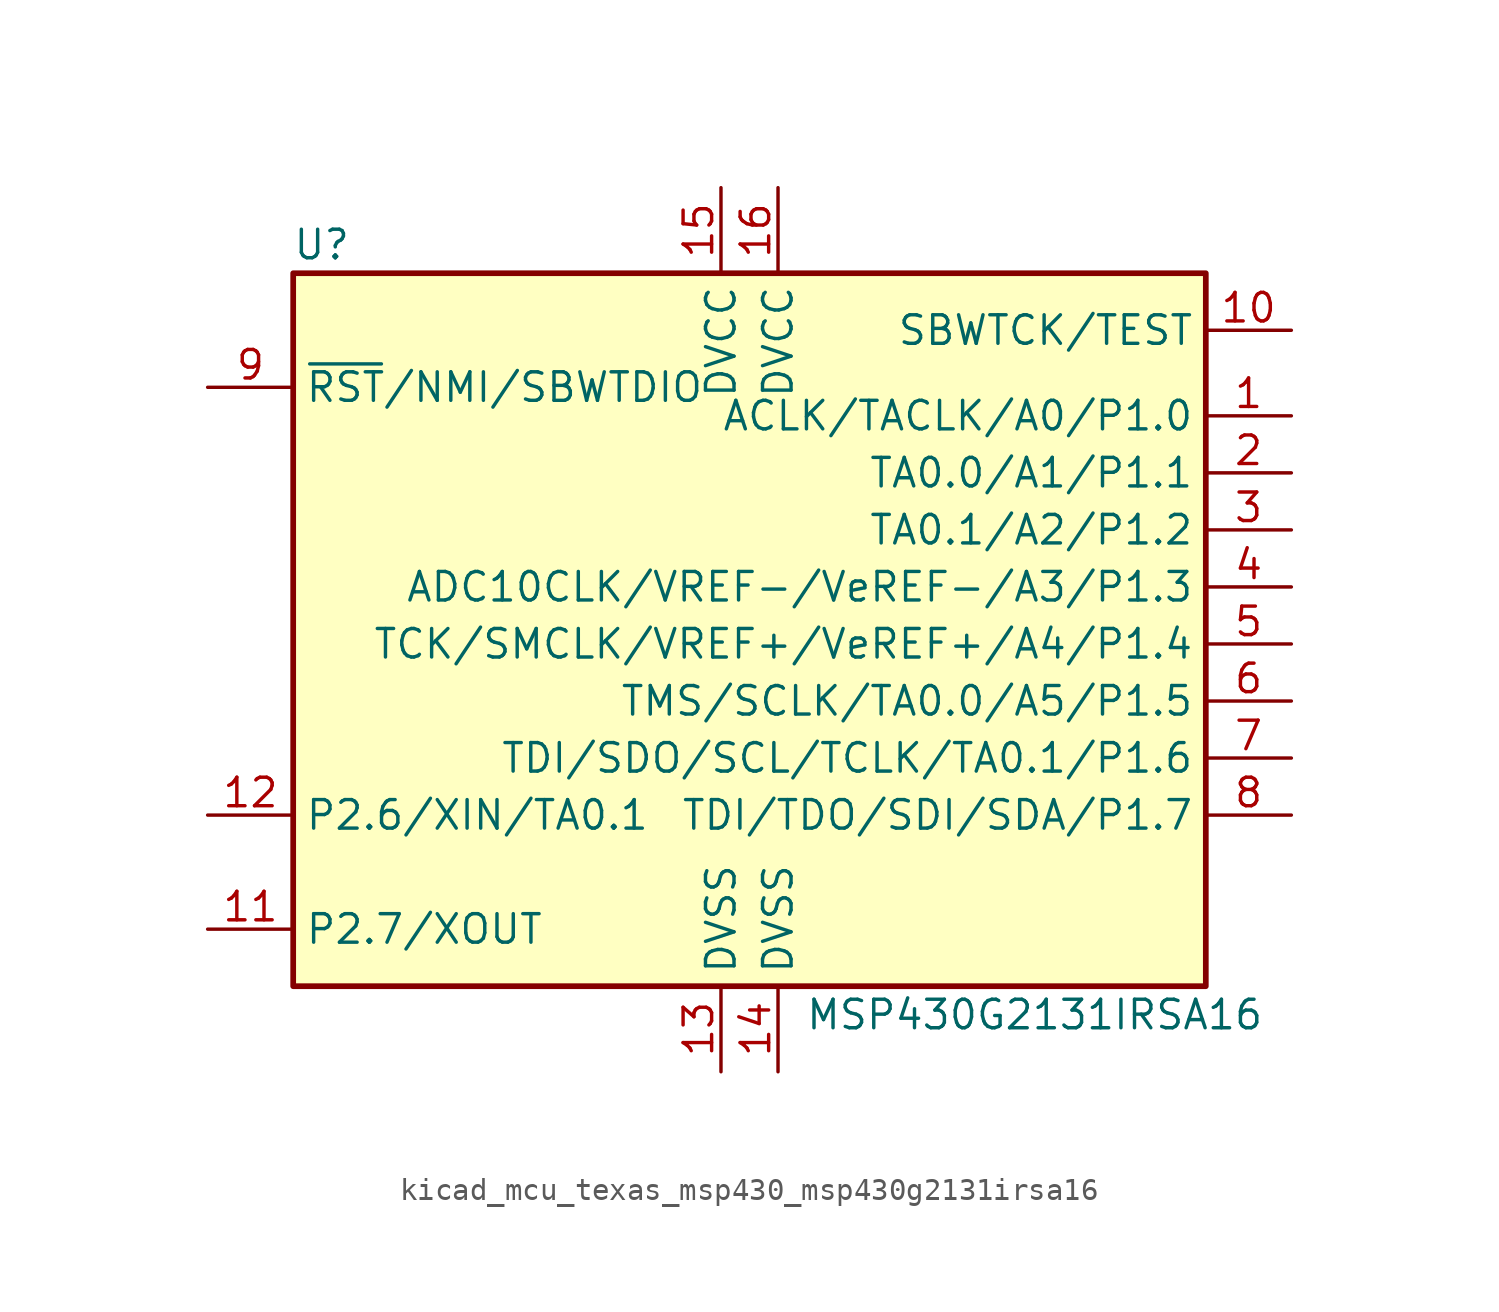
<source format=kicad_sym>
(kicad_symbol_lib
  (version 20220914)
  (generator kicad_symbol_editor)
  (symbol "kicad_mcu_texas_msp430_msp430g2131irsa16"
    (property "Reference" "U"
      (at -19.05 17.78 0)
      (effects (font (size 1.27 1.27))))
    (property "Value" "MSP430G2131IRSA16"
      (at 12.7 -16.51 0)
      (effects (font (size 1.27 1.27))))
    (symbol "kicad_mcu_texas_msp430_msp430g2131irsa16_0_1"
      (rectangle (start -20.32 16.51) (end 20.32 -15.24) (stroke (width 0.254) (type default)) (fill (type background))))
    (symbol "kicad_mcu_texas_msp430_msp430g2131irsa16_1_1"
      (pin bidirectional line (at 24.13 10.16 180) (length 3.81) (name "ACLK/TACLK/A0/P1.0" (effects (font (size 1.27 1.27)))) (number "1" (effects (font (size 1.27 1.27)))))
      (pin input line (at 24.13 13.97 180) (length 3.81) (name "SBWTCK/TEST" (effects (font (size 1.27 1.27)))) (number "10" (effects (font (size 1.27 1.27)))))
      (pin bidirectional line (at -24.13 -12.7 0) (length 3.81) (name "P2.7/XOUT" (effects (font (size 1.27 1.27)))) (number "11" (effects (font (size 1.27 1.27)))))
      (pin bidirectional line (at -24.13 -7.62 0) (length 3.81) (name "P2.6/XIN/TA0.1" (effects (font (size 1.27 1.27)))) (number "12" (effects (font (size 1.27 1.27)))))
      (pin power_in line (at -1.27 -19.05 90) (length 3.81) (name "DVSS" (effects (font (size 1.27 1.27)))) (number "13" (effects (font (size 1.27 1.27)))))
      (pin power_in line (at 1.27 -19.05 90) (length 3.81) (name "DVSS" (effects (font (size 1.27 1.27)))) (number "14" (effects (font (size 1.27 1.27)))))
      (pin power_in line (at -1.27 20.32 270) (length 3.81) (name "DVCC" (effects (font (size 1.27 1.27)))) (number "15" (effects (font (size 1.27 1.27)))))
      (pin power_in line (at 1.27 20.32 270) (length 3.81) (name "DVCC" (effects (font (size 1.27 1.27)))) (number "16" (effects (font (size 1.27 1.27)))))
      (pin bidirectional line (at 24.13 7.62 180) (length 3.81) (name "TA0.0/A1/P1.1" (effects (font (size 1.27 1.27)))) (number "2" (effects (font (size 1.27 1.27)))))
      (pin bidirectional line (at 24.13 5.08 180) (length 3.81) (name "TA0.1/A2/P1.2" (effects (font (size 1.27 1.27)))) (number "3" (effects (font (size 1.27 1.27)))))
      (pin bidirectional line (at 24.13 2.54 180) (length 3.81) (name "ADC10CLK/VREF-/VeREF-/A3/P1.3" (effects (font (size 1.27 1.27)))) (number "4" (effects (font (size 1.27 1.27)))))
      (pin bidirectional line (at 24.13 0 180) (length 3.81) (name "TCK/SMCLK/VREF+/VeREF+/A4/P1.4" (effects (font (size 1.27 1.27)))) (number "5" (effects (font (size 1.27 1.27)))))
      (pin bidirectional line (at 24.13 -2.54 180) (length 3.81) (name "TMS/SCLK/TA0.0/A5/P1.5" (effects (font (size 1.27 1.27)))) (number "6" (effects (font (size 1.27 1.27)))))
      (pin bidirectional line (at 24.13 -5.08 180) (length 3.81) (name "TDI/SDO/SCL/TCLK/TA0.1/P1.6" (effects (font (size 1.27 1.27)))) (number "7" (effects (font (size 1.27 1.27)))))
      (pin bidirectional line (at 24.13 -7.62 180) (length 3.81) (name "TDI/TDO/SDI/SDA/P1.7" (effects (font (size 1.27 1.27)))) (number "8" (effects (font (size 1.27 1.27)))))
      (pin input line (at -24.13 11.43 0) (length 3.81) (name "~{RST}/NMI/SBWTDIO" (effects (font (size 1.27 1.27)))) (number "9" (effects (font (size 1.27 1.27))))))))
</source>
